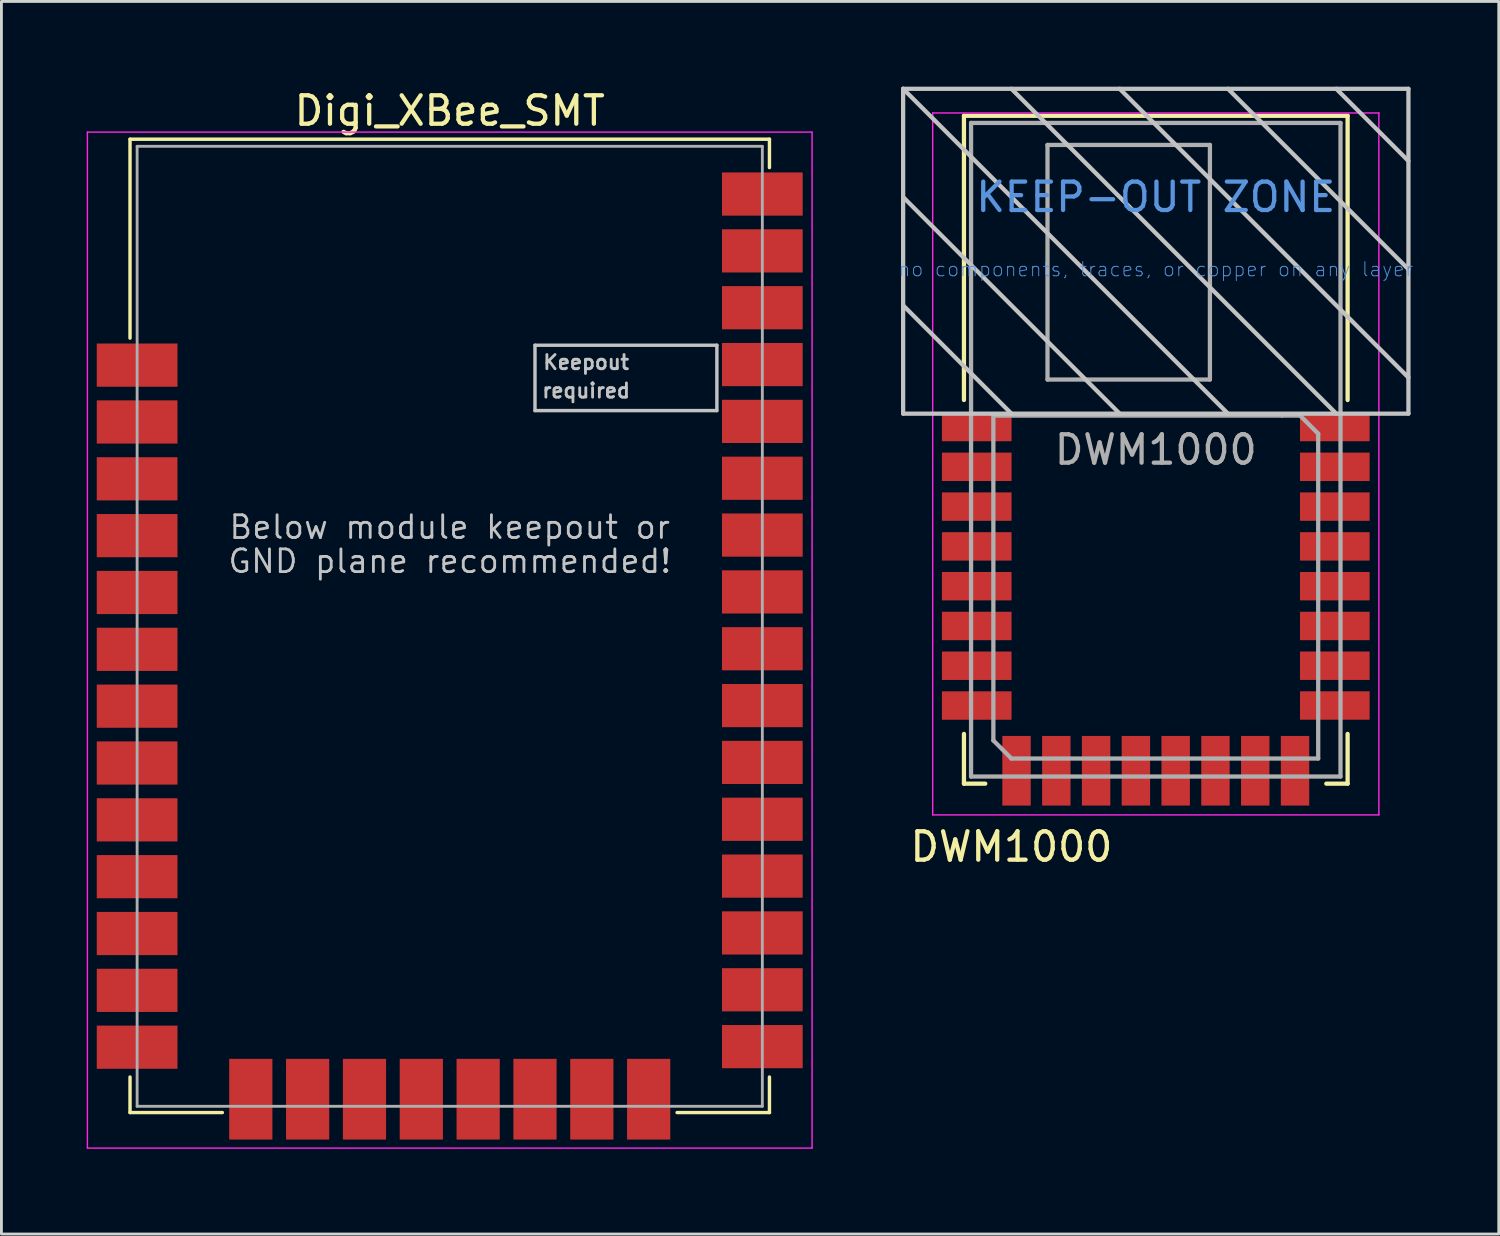
<source format=kicad_pcb>
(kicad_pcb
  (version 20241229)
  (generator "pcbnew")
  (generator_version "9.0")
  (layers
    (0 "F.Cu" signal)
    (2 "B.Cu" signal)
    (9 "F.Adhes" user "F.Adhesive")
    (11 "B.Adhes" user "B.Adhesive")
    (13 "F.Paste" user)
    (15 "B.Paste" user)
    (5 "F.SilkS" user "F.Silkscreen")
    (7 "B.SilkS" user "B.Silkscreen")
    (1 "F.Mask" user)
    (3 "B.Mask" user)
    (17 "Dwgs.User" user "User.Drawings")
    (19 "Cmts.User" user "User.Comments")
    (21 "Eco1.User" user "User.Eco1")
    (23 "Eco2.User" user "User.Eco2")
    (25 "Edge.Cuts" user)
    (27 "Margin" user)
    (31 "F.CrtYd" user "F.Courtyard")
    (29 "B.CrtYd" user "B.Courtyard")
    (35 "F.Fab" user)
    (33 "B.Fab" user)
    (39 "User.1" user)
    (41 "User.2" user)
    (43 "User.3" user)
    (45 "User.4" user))
  (footprint "Digi_XBee_SMT"
    (layer "F.Cu")
    (at 12.775 19.698)
    (property "Reference" "Digi_XBee_SMT" (at 0 -18.85 0) (layer "F.SilkS") (effects (font (size 1 1) (thickness 0.15))))
    (attr smd)
    (fp_line (start -11.25 -17.85) (end 11.25 -17.85) (stroke (width 0.12) (type solid)) (layer "F.SilkS"))
    (fp_line (start -11.25 -10.85) (end -11.25 -17.85) (stroke (width 0.12) (type solid)) (layer "F.SilkS"))
    (fp_line (start -11.25 15.15) (end -11.25 16.4) (stroke (width 0.12) (type solid)) (layer "F.SilkS"))
    (fp_line (start -11.25 16.4) (end -8 16.4) (stroke (width 0.12) (type solid)) (layer "F.SilkS"))
    (fp_line (start 8 16.4) (end 11.25 16.4) (stroke (width 0.12) (type solid)) (layer "F.SilkS"))
    (fp_line (start 11.25 -17.85) (end 11.25 -16.85) (stroke (width 0.12) (type solid)) (layer "F.SilkS"))
    (fp_line (start 11.25 16.4) (end 11.25 15.15) (stroke (width 0.12) (type solid)) (layer "F.SilkS"))
    (fp_line (start 3 -10.6) (end 3 -8.3) (stroke (width 0.12) (type solid)) (layer "Dwgs.User"))
    (fp_line (start 3 -8.3) (end 9.4 -8.3) (stroke (width 0.12) (type solid)) (layer "Dwgs.User"))
    (fp_line (start 9.4 -10.6) (end 3 -10.6) (stroke (width 0.12) (type solid)) (layer "Dwgs.User"))
    (fp_line (start 9.4 -8.3) (end 9.4 -10.6) (stroke (width 0.12) (type solid)) (layer "Dwgs.User"))
    (fp_line (start -12.75 -18.1) (end 12.75 -18.1) (stroke (width 0.05) (type solid)) (layer "F.CrtYd"))
    (fp_line (start -12.75 17.65) (end -12.75 -18.1) (stroke (width 0.05) (type solid)) (layer "F.CrtYd"))
    (fp_line (start 12.75 -18.1) (end 12.75 17.65) (stroke (width 0.05) (type solid)) (layer "F.CrtYd"))
    (fp_line (start 12.75 17.65) (end -12.75 17.65) (stroke (width 0.05) (type solid)) (layer "F.CrtYd"))
    (fp_line (start -11 -17.6) (end -11 16.18) (stroke (width 0.1) (type solid)) (layer "F.Fab"))
    (fp_line (start -11 16.18) (end 11 16.18) (stroke (width 0.1) (type solid)) (layer "F.Fab"))
    (fp_line (start 11 -17.6) (end -11 -17.6) (stroke (width 0.1) (type solid)) (layer "F.Fab"))
    (fp_line (start 11 16.18) (end 11 -17.6) (stroke (width 0.1) (type solid)) (layer "F.Fab"))
    (fp_text user "GND plane recommended!" (at 0 -3 0) (layer "Dwgs.User") (effects (font (size 0.8 0.8) (thickness 0.1))))
    (fp_text user "required" (at 4.8 -9 0) (layer "Dwgs.User") (effects (font (size 0.5 0.5) (thickness 0.1))))
    (fp_text user "Below module keepout or" (at 0 -4.2 0) (layer "Dwgs.User") (effects (font (size 0.8 0.8) (thickness 0.1))))
    (fp_text user "Keepout" (at 4.8 -10 0) (layer "Dwgs.User") (effects (font (size 0.5 0.5) (thickness 0.1))))
    (pad "1" smd rect (at -11 -9.9) (size 2.84 1.52) (layers "F.Cu" "F.Mask" "F.Paste"))
    (pad "2" smd rect (at -11 -7.9) (size 2.84 1.52) (layers "F.Cu" "F.Mask" "F.Paste"))
    (pad "3" smd rect (at -11 -5.9) (size 2.84 1.52) (layers "F.Cu" "F.Mask" "F.Paste"))
    (pad "4" smd rect (at -11 -3.9) (size 2.84 1.52) (layers "F.Cu" "F.Mask" "F.Paste"))
    (pad "5" smd rect (at -11 -1.9) (size 2.84 1.52) (layers "F.Cu" "F.Mask" "F.Paste"))
    (pad "6" smd rect (at -11 0.1) (size 2.84 1.52) (layers "F.Cu" "F.Mask" "F.Paste"))
    (pad "7" smd rect (at -11 2.1) (size 2.84 1.52) (layers "F.Cu" "F.Mask" "F.Paste"))
    (pad "8" smd rect (at -11 4.1) (size 2.84 1.52) (layers "F.Cu" "F.Mask" "F.Paste"))
    (pad "9" smd rect (at -11 6.1) (size 2.84 1.52) (layers "F.Cu" "F.Mask" "F.Paste"))
    (pad "10" smd rect (at -11 8.1) (size 2.84 1.52) (layers "F.Cu" "F.Mask" "F.Paste"))
    (pad "11" smd rect (at -11 10.1) (size 2.84 1.52) (layers "F.Cu" "F.Mask" "F.Paste"))
    (pad "12" smd rect (at -11 12.1) (size 2.84 1.52) (layers "F.Cu" "F.Mask" "F.Paste"))
    (pad "13" smd rect (at -11 14.1) (size 2.84 1.52) (layers "F.Cu" "F.Mask" "F.Paste"))
    (pad "14" smd rect (at -7 15.93 90) (size 2.84 1.52) (layers "F.Cu" "F.Mask" "F.Paste"))
    (pad "15" smd rect (at -5 15.93 90) (size 2.84 1.52) (layers "F.Cu" "F.Mask" "F.Paste"))
    (pad "16" smd rect (at -3 15.93 90) (size 2.84 1.52) (layers "F.Cu" "F.Mask" "F.Paste"))
    (pad "17" smd rect (at -1 15.93 90) (size 2.84 1.52) (layers "F.Cu" "F.Mask" "F.Paste"))
    (pad "18" smd rect (at 1 15.93 90) (size 2.84 1.52) (layers "F.Cu" "F.Mask" "F.Paste"))
    (pad "19" smd rect (at 3 15.93 90) (size 2.84 1.52) (layers "F.Cu" "F.Mask" "F.Paste"))
    (pad "20" smd rect (at 5 15.93 90) (size 2.84 1.52) (layers "F.Cu" "F.Mask" "F.Paste"))
    (pad "21" smd rect (at 7 15.93 90) (size 2.84 1.52) (layers "F.Cu" "F.Mask" "F.Paste"))
    (pad "22" smd rect (at 11 14.08) (size 2.84 1.52) (layers "F.Cu" "F.Mask" "F.Paste"))
    (pad "23" smd rect (at 11 12.08) (size 2.84 1.52) (layers "F.Cu" "F.Mask" "F.Paste"))
    (pad "24" smd rect (at 11 10.08) (size 2.84 1.52) (layers "F.Cu" "F.Mask" "F.Paste"))
    (pad "25" smd rect (at 11 8.08) (size 2.84 1.52) (layers "F.Cu" "F.Mask" "F.Paste"))
    (pad "26" smd rect (at 11 6.08) (size 2.84 1.52) (layers "F.Cu" "F.Mask" "F.Paste"))
    (pad "27" smd rect (at 11 4.08) (size 2.84 1.52) (layers "F.Cu" "F.Mask" "F.Paste"))
    (pad "28" smd rect (at 11 2.08) (size 2.84 1.52) (layers "F.Cu" "F.Mask" "F.Paste"))
    (pad "29" smd rect (at 11 0.08) (size 2.84 1.52) (layers "F.Cu" "F.Mask" "F.Paste"))
    (pad "30" smd rect (at 11 -1.92) (size 2.84 1.52) (layers "F.Cu" "F.Mask" "F.Paste"))
    (pad "31" smd rect (at 11 -3.92) (size 2.84 1.52) (layers "F.Cu" "F.Mask" "F.Paste"))
    (pad "32" smd rect (at 11 -5.92) (size 2.84 1.52) (layers "F.Cu" "F.Mask" "F.Paste"))
    (pad "33" smd rect (at 11 -7.92) (size 2.84 1.52) (layers "F.Cu" "F.Mask" "F.Paste"))
    (pad "34" smd rect (at 11 -9.92) (size 2.84 1.52) (layers "F.Cu" "F.Mask" "F.Paste"))
    (pad "35" smd rect (at 11 -11.92) (size 2.84 1.52) (layers "F.Cu" "F.Mask" "F.Paste"))
    (pad "36" smd rect (at 11 -13.92) (size 2.84 1.52) (layers "F.Cu" "F.Mask" "F.Paste"))
    (pad "37" smd rect (at 11 -15.92) (size 2.84 1.52) (layers "F.Cu" "F.Mask" "F.Paste")))
  (footprint "DWM1000"
    (layer "F.Cu")
    (at 37.619 12.775)
    (property "Reference" "DWM1000" (at -5.08 13.97 0) (layer "F.SilkS") (effects (font (size 1 1) (thickness 0.15))))
    (attr smd)
    (fp_line (start -6.75 -11.75) (end -6.75 -1.75) (stroke (width 0.15) (type solid)) (layer "F.SilkS"))
    (fp_line (start -6.75 -11.75) (end 6.75 -11.75) (stroke (width 0.15) (type solid)) (layer "F.SilkS"))
    (fp_line (start -6.75 11.75) (end -6.75 10) (stroke (width 0.15) (type solid)) (layer "F.SilkS"))
    (fp_line (start -6 11.75) (end -6.75 11.75) (stroke (width 0.15) (type solid)) (layer "F.SilkS"))
    (fp_line (start 6 11.75) (end 6.75 11.75) (stroke (width 0.15) (type solid)) (layer "F.SilkS"))
    (fp_line (start 6.75 -11.75) (end 6.75 -1.75) (stroke (width 0.15) (type solid)) (layer "F.SilkS"))
    (fp_line (start 6.75 11.75) (end 6.75 10) (stroke (width 0.15) (type solid)) (layer "F.SilkS"))
    (fp_line (start -8.89 -12.7) (end 8.89 -12.7) (stroke (width 0.15) (type solid)) (layer "Dwgs.User"))
    (fp_line (start -8.89 -8.89) (end -1.27 -1.27) (stroke (width 0.15) (type solid)) (layer "Dwgs.User"))
    (fp_line (start -8.89 -5.08) (end -5.08 -1.27) (stroke (width 0.15) (type solid)) (layer "Dwgs.User"))
    (fp_line (start -8.89 -1.27) (end -8.89 -12.7) (stroke (width 0.15) (type solid)) (layer "Dwgs.User"))
    (fp_line (start -1.27 -12.7) (end 8.89 -2.54) (stroke (width 0.15) (type solid)) (layer "Dwgs.User"))
    (fp_line (start 2.54 -12.7) (end 8.89 -6.35) (stroke (width 0.15) (type solid)) (layer "Dwgs.User"))
    (fp_line (start 2.54 -1.27) (end -8.89 -12.7) (stroke (width 0.15) (type solid)) (layer "Dwgs.User"))
    (fp_line (start 6.35 -12.7) (end 8.89 -10.16) (stroke (width 0.15) (type solid)) (layer "Dwgs.User"))
    (fp_line (start 6.35 -1.27) (end -5.08 -12.7) (stroke (width 0.15) (type solid)) (layer "Dwgs.User"))
    (fp_line (start 8.89 -12.7) (end 8.89 -1.27) (stroke (width 0.15) (type solid)) (layer "Dwgs.User"))
    (fp_line (start 8.89 -1.27) (end -8.89 -1.27) (stroke (width 0.15) (type solid)) (layer "Dwgs.User"))
    (fp_line (start -7.85 -11.85) (end -7.85 12.85) (stroke (width 0.05) (type solid)) (layer "F.CrtYd"))
    (fp_line (start -7.85 12.85) (end 7.85 12.85) (stroke (width 0.05) (type solid)) (layer "F.CrtYd"))
    (fp_line (start 7.85 -11.85) (end -7.85 -11.85) (stroke (width 0.05) (type solid)) (layer "F.CrtYd"))
    (fp_line (start 7.85 12.85) (end 7.85 -11.85) (stroke (width 0.05) (type solid)) (layer "F.CrtYd"))
    (fp_line (start -6.5 -11.5) (end -6.5 11.5) (stroke (width 0.15) (type solid)) (layer "F.Fab"))
    (fp_line (start -6.5 11.5) (end 6.5 11.5) (stroke (width 0.15) (type solid)) (layer "F.Fab"))
    (fp_line (start -5.715 -1.2) (end 4.445 -1.2) (stroke (width 0.15) (type solid)) (layer "F.Fab"))
    (fp_line (start -5.715 10.23) (end -5.715 -1.2) (stroke (width 0.15) (type solid)) (layer "F.Fab"))
    (fp_line (start -5.08 10.865) (end -5.715 10.23) (stroke (width 0.15) (type solid)) (layer "F.Fab"))
    (fp_line (start -3.81 -10.725) (end 1.905 -10.725) (stroke (width 0.15) (type solid)) (layer "F.Fab"))
    (fp_line (start -3.81 -2.47) (end -3.81 -10.725) (stroke (width 0.15) (type solid)) (layer "F.Fab"))
    (fp_line (start 1.905 -10.725) (end 1.905 -2.47) (stroke (width 0.15) (type solid)) (layer "F.Fab"))
    (fp_line (start 1.905 -2.47) (end -3.81 -2.47) (stroke (width 0.15) (type solid)) (layer "F.Fab"))
    (fp_line (start 4.445 -1.2) (end 5.08 -1.2) (stroke (width 0.15) (type solid)) (layer "F.Fab"))
    (fp_line (start 5.08 -1.2) (end 5.715 -0.565) (stroke (width 0.15) (type solid)) (layer "F.Fab"))
    (fp_line (start 5.715 -0.565) (end 5.715 10.865) (stroke (width 0.15) (type solid)) (layer "F.Fab"))
    (fp_line (start 5.715 10.865) (end -5.08 10.865) (stroke (width 0.15) (type solid)) (layer "F.Fab"))
    (fp_line (start 6.5 -11.5) (end -6.5 -11.5) (stroke (width 0.15) (type solid)) (layer "F.Fab"))
    (fp_line (start 6.5 11.5) (end 6.5 -11.5) (stroke (width 0.15) (type solid)) (layer "F.Fab"))
    (fp_text user "KEEP-OUT ZONE" (at 0 -8.89 0) (layer "Cmts.User") (effects (font (size 1 1) (thickness 0.15))))
    (fp_text user "no components, traces, or copper on any layer" (at 0 -6.35 0) (layer "Cmts.User") (effects (font (size 0.5 0.5) (thickness 0.032))))
    (fp_text user "${REFERENCE}" (at 0 0 0) (layer "F.Fab") (effects (font (size 1 1) (thickness 0.15))))
    (pad "1" smd rect (at -6.3 -0.799 90) (size 1 2.45) (layers "F.Cu" "F.Mask" "F.Paste"))
    (pad "2" smd rect (at -6.3 0.601 90) (size 1 2.45) (layers "F.Cu" "F.Mask" "F.Paste"))
    (pad "3" smd rect (at -6.3 2.001 90) (size 1 2.45) (layers "F.Cu" "F.Mask" "F.Paste"))
    (pad "4" smd rect (at -6.3 3.401 90) (size 1 2.45) (layers "F.Cu" "F.Mask" "F.Paste"))
    (pad "5" smd rect (at -6.3 4.801 90) (size 1 2.45) (layers "F.Cu" "F.Mask" "F.Paste"))
    (pad "6" smd rect (at -6.3 6.201 90) (size 1 2.45) (layers "F.Cu" "F.Mask" "F.Paste"))
    (pad "7" smd rect (at -6.3 7.601 90) (size 1 2.45) (layers "F.Cu" "F.Mask" "F.Paste"))
    (pad "8" smd rect (at -6.3 9.001 90) (size 1 2.45) (layers "F.Cu" "F.Mask" "F.Paste"))
    (pad "9" smd rect (at -4.9 11.296) (size 1 2.45) (layers "F.Cu" "F.Mask" "F.Paste"))
    (pad "10" smd rect (at -3.5 11.296) (size 1 2.45) (layers "F.Cu" "F.Mask" "F.Paste"))
    (pad "11" smd rect (at -2.1 11.296) (size 1 2.45) (layers "F.Cu" "F.Mask" "F.Paste"))
    (pad "12" smd rect (at -0.7 11.296) (size 1 2.45) (layers "F.Cu" "F.Mask" "F.Paste"))
    (pad "13" smd rect (at 0.7 11.296) (size 1 2.45) (layers "F.Cu" "F.Mask" "F.Paste"))
    (pad "14" smd rect (at 2.1 11.296) (size 1 2.45) (layers "F.Cu" "F.Mask" "F.Paste"))
    (pad "15" smd rect (at 3.5 11.296) (size 1 2.45) (layers "F.Cu" "F.Mask" "F.Paste"))
    (pad "16" smd rect (at 4.9 11.296) (size 1 2.45) (layers "F.Cu" "F.Mask" "F.Paste"))
    (pad "17" smd rect (at 6.3 9 90) (size 1 2.45) (layers "F.Cu" "F.Mask" "F.Paste"))
    (pad "18" smd rect (at 6.3 7.6 90) (size 1 2.45) (layers "F.Cu" "F.Mask" "F.Paste"))
    (pad "19" smd rect (at 6.3 6.201 90) (size 1 2.45) (layers "F.Cu" "F.Mask" "F.Paste"))
    (pad "20" smd rect (at 6.3 4.801 90) (size 1 2.45) (layers "F.Cu" "F.Mask" "F.Paste"))
    (pad "21" smd rect (at 6.3 3.401 90) (size 1 2.45) (layers "F.Cu" "F.Mask" "F.Paste"))
    (pad "22" smd rect (at 6.3 2.001 90) (size 1 2.45) (layers "F.Cu" "F.Mask" "F.Paste"))
    (pad "23" smd rect (at 6.3 0.601 90) (size 1 2.45) (layers "F.Cu" "F.Mask" "F.Paste"))
    (pad "24" smd rect (at 6.3 -0.799 90) (size 1 2.45) (layers "F.Cu" "F.Mask" "F.Paste")))
  (gr_rect
    (start -3 -3)
    (end 49.688 40.373)
    (stroke (width 0.1) (type default))
    (fill no)
    (layer "Edge.Cuts")))
</source>
